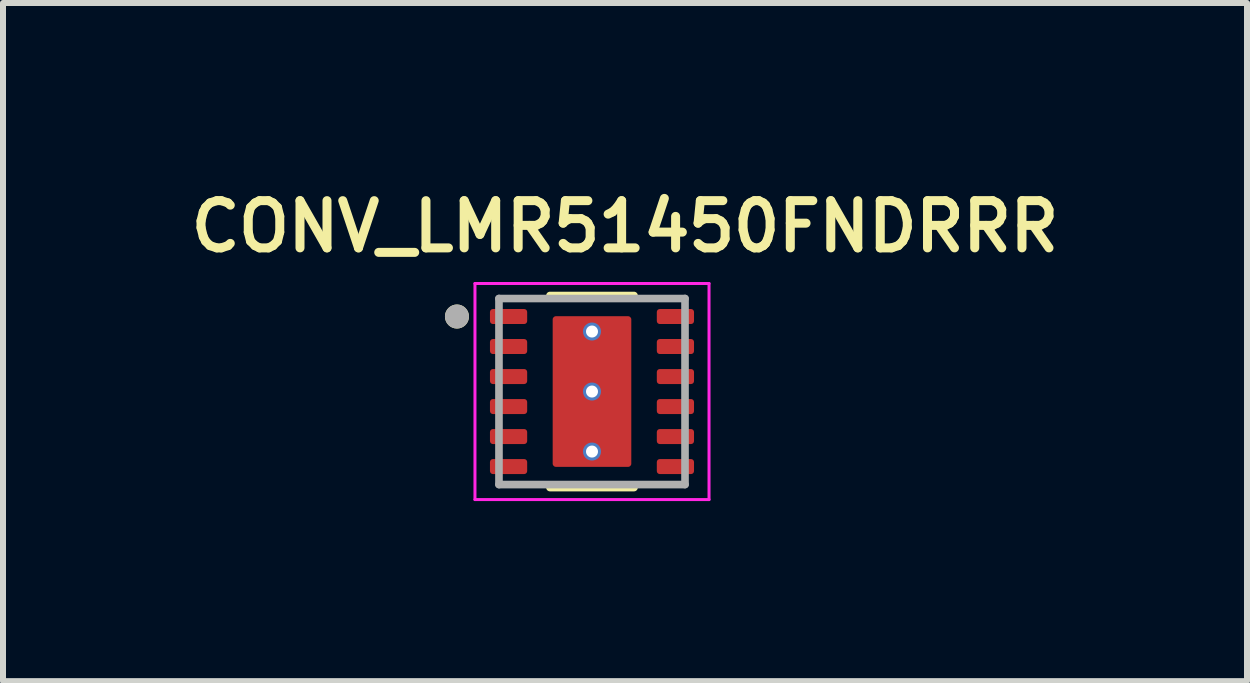
<source format=kicad_pcb>
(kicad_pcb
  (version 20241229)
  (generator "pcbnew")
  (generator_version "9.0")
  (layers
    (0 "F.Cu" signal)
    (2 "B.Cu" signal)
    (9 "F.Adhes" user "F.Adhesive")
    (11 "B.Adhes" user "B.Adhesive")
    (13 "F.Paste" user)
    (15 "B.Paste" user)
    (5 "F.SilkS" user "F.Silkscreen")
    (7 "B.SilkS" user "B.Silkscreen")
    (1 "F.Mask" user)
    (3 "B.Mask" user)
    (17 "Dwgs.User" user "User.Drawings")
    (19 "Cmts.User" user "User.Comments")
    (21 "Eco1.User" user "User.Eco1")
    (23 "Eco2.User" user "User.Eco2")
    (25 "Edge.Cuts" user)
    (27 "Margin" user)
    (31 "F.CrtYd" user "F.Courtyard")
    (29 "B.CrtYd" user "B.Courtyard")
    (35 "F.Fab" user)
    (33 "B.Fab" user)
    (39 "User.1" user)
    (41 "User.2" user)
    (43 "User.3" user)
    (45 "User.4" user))
  (footprint "CONV_LMR51450FNDRRR"
    (layer "F.Cu")
    (at 6.814 3.474)
    (property "Reference" "CONV_LMR51450FNDRRR" (at 0.55 -2.75 0) (layer "F.SilkS") (effects (font (size 0.787 0.787) (thickness 0.15))))
    (attr smd)
    (fp_poly (pts (xy -1.645 -0.94) (xy -1.135 -0.94) (xy -1.129 -0.94) (xy -1.122 -0.939) (xy -1.116 -0.939) (xy -1.11 -0.937) (xy -1.104 -0.936) (xy -1.098 -0.934) (xy -1.092 -0.932) (xy -1.086 -0.93) (xy -1.081 -0.927) (xy -1.075 -0.924) (xy -1.07 -0.921) (xy -1.064 -0.917) (xy -1.059 -0.913) (xy -1.055 -0.909) (xy -1.05 -0.905) (xy -1.046 -0.9) (xy -1.042 -0.896) (xy -1.038 -0.891) (xy -1.034 -0.885) (xy -1.031 -0.88) (xy -1.028 -0.874) (xy -1.025 -0.869) (xy -1.023 -0.863) (xy -1.021 -0.857) (xy -1.019 -0.851) (xy -1.018 -0.845) (xy -1.016 -0.839) (xy -1.016 -0.833) (xy -1.015 -0.826) (xy -1.015 -0.82) (xy -1.015 -0.68) (xy -1.015 -0.674) (xy -1.016 -0.667) (xy -1.016 -0.661) (xy -1.018 -0.655) (xy -1.019 -0.649) (xy -1.021 -0.643) (xy -1.023 -0.637) (xy -1.025 -0.631) (xy -1.028 -0.626) (xy -1.031 -0.62) (xy -1.034 -0.615) (xy -1.038 -0.609) (xy -1.042 -0.604) (xy -1.046 -0.6) (xy -1.05 -0.595) (xy -1.055 -0.591) (xy -1.059 -0.587) (xy -1.064 -0.583) (xy -1.07 -0.579) (xy -1.075 -0.576) (xy -1.081 -0.573) (xy -1.086 -0.57) (xy -1.092 -0.568) (xy -1.098 -0.566) (xy -1.104 -0.564) (xy -1.11 -0.563) (xy -1.116 -0.561) (xy -1.122 -0.561) (xy -1.129 -0.56) (xy -1.135 -0.56) (xy -1.645 -0.56) (xy -1.651 -0.56) (xy -1.658 -0.561) (xy -1.664 -0.561) (xy -1.67 -0.563) (xy -1.676 -0.564) (xy -1.682 -0.566) (xy -1.688 -0.568) (xy -1.694 -0.57) (xy -1.699 -0.573) (xy -1.705 -0.576) (xy -1.71 -0.579) (xy -1.716 -0.583) (xy -1.721 -0.587) (xy -1.725 -0.591) (xy -1.73 -0.595) (xy -1.734 -0.6) (xy -1.738 -0.604) (xy -1.742 -0.609) (xy -1.746 -0.615) (xy -1.749 -0.62) (xy -1.752 -0.626) (xy -1.755 -0.631) (xy -1.757 -0.637) (xy -1.759 -0.643) (xy -1.761 -0.649) (xy -1.762 -0.655) (xy -1.764 -0.661) (xy -1.764 -0.667) (xy -1.765 -0.674) (xy -1.765 -0.68) (xy -1.765 -0.82) (xy -1.765 -0.826) (xy -1.764 -0.833) (xy -1.764 -0.839) (xy -1.762 -0.845) (xy -1.761 -0.851) (xy -1.759 -0.857) (xy -1.757 -0.863) (xy -1.755 -0.869) (xy -1.752 -0.874) (xy -1.749 -0.88) (xy -1.746 -0.885) (xy -1.742 -0.891) (xy -1.738 -0.896) (xy -1.734 -0.9) (xy -1.73 -0.905) (xy -1.725 -0.909) (xy -1.721 -0.913) (xy -1.716 -0.917) (xy -1.71 -0.921) (xy -1.705 -0.924) (xy -1.699 -0.927) (xy -1.694 -0.93) (xy -1.688 -0.932) (xy -1.682 -0.934) (xy -1.676 -0.936) (xy -1.67 -0.937) (xy -1.664 -0.939) (xy -1.658 -0.939) (xy -1.651 -0.94) (xy -1.645 -0.94)) (stroke (width 0.01) (type solid)) (fill yes) (layer "F.Mask"))
    (fp_poly (pts (xy -1.645 -0.44) (xy -1.135 -0.44) (xy -1.129 -0.44) (xy -1.122 -0.439) (xy -1.116 -0.439) (xy -1.11 -0.437) (xy -1.104 -0.436) (xy -1.098 -0.434) (xy -1.092 -0.432) (xy -1.086 -0.43) (xy -1.081 -0.427) (xy -1.075 -0.424) (xy -1.07 -0.421) (xy -1.064 -0.417) (xy -1.059 -0.413) (xy -1.055 -0.409) (xy -1.05 -0.405) (xy -1.046 -0.4) (xy -1.042 -0.396) (xy -1.038 -0.391) (xy -1.034 -0.385) (xy -1.031 -0.38) (xy -1.028 -0.374) (xy -1.025 -0.369) (xy -1.023 -0.363) (xy -1.021 -0.357) (xy -1.019 -0.351) (xy -1.018 -0.345) (xy -1.016 -0.339) (xy -1.016 -0.333) (xy -1.015 -0.326) (xy -1.015 -0.32) (xy -1.015 -0.18) (xy -1.015 -0.174) (xy -1.016 -0.167) (xy -1.016 -0.161) (xy -1.018 -0.155) (xy -1.019 -0.149) (xy -1.021 -0.143) (xy -1.023 -0.137) (xy -1.025 -0.131) (xy -1.028 -0.126) (xy -1.031 -0.12) (xy -1.034 -0.115) (xy -1.038 -0.109) (xy -1.042 -0.104) (xy -1.046 -0.1) (xy -1.05 -0.095) (xy -1.055 -0.091) (xy -1.059 -0.087) (xy -1.064 -0.083) (xy -1.07 -0.079) (xy -1.075 -0.076) (xy -1.081 -0.073) (xy -1.086 -0.07) (xy -1.092 -0.068) (xy -1.098 -0.066) (xy -1.104 -0.064) (xy -1.11 -0.063) (xy -1.116 -0.061) (xy -1.122 -0.061) (xy -1.129 -0.06) (xy -1.135 -0.06) (xy -1.645 -0.06) (xy -1.651 -0.06) (xy -1.658 -0.061) (xy -1.664 -0.061) (xy -1.67 -0.063) (xy -1.676 -0.064) (xy -1.682 -0.066) (xy -1.688 -0.068) (xy -1.694 -0.07) (xy -1.699 -0.073) (xy -1.705 -0.076) (xy -1.71 -0.079) (xy -1.716 -0.083) (xy -1.721 -0.087) (xy -1.725 -0.091) (xy -1.73 -0.095) (xy -1.734 -0.1) (xy -1.738 -0.104) (xy -1.742 -0.109) (xy -1.746 -0.115) (xy -1.749 -0.12) (xy -1.752 -0.126) (xy -1.755 -0.131) (xy -1.757 -0.137) (xy -1.759 -0.143) (xy -1.761 -0.149) (xy -1.762 -0.155) (xy -1.764 -0.161) (xy -1.764 -0.167) (xy -1.765 -0.174) (xy -1.765 -0.18) (xy -1.765 -0.32) (xy -1.765 -0.326) (xy -1.764 -0.333) (xy -1.764 -0.339) (xy -1.762 -0.345) (xy -1.761 -0.351) (xy -1.759 -0.357) (xy -1.757 -0.363) (xy -1.755 -0.369) (xy -1.752 -0.374) (xy -1.749 -0.38) (xy -1.746 -0.385) (xy -1.742 -0.391) (xy -1.738 -0.396) (xy -1.734 -0.4) (xy -1.73 -0.405) (xy -1.725 -0.409) (xy -1.721 -0.413) (xy -1.716 -0.417) (xy -1.71 -0.421) (xy -1.705 -0.424) (xy -1.699 -0.427) (xy -1.694 -0.43) (xy -1.688 -0.432) (xy -1.682 -0.434) (xy -1.676 -0.436) (xy -1.67 -0.437) (xy -1.664 -0.439) (xy -1.658 -0.439) (xy -1.651 -0.44) (xy -1.645 -0.44)) (stroke (width 0.01) (type solid)) (fill yes) (layer "F.Mask"))
    (fp_poly (pts (xy -1.645 0.56) (xy -1.135 0.56) (xy -1.129 0.56) (xy -1.122 0.561) (xy -1.116 0.561) (xy -1.11 0.563) (xy -1.104 0.564) (xy -1.098 0.566) (xy -1.092 0.568) (xy -1.086 0.57) (xy -1.081 0.573) (xy -1.075 0.576) (xy -1.07 0.579) (xy -1.064 0.583) (xy -1.059 0.587) (xy -1.055 0.591) (xy -1.05 0.595) (xy -1.046 0.6) (xy -1.042 0.604) (xy -1.038 0.609) (xy -1.034 0.615) (xy -1.031 0.62) (xy -1.028 0.626) (xy -1.025 0.631) (xy -1.023 0.637) (xy -1.021 0.643) (xy -1.019 0.649) (xy -1.018 0.655) (xy -1.016 0.661) (xy -1.016 0.667) (xy -1.015 0.674) (xy -1.015 0.68) (xy -1.015 0.82) (xy -1.015 0.826) (xy -1.016 0.833) (xy -1.016 0.839) (xy -1.018 0.845) (xy -1.019 0.851) (xy -1.021 0.857) (xy -1.023 0.863) (xy -1.025 0.869) (xy -1.028 0.874) (xy -1.031 0.88) (xy -1.034 0.885) (xy -1.038 0.891) (xy -1.042 0.896) (xy -1.046 0.9) (xy -1.05 0.905) (xy -1.055 0.909) (xy -1.059 0.913) (xy -1.064 0.917) (xy -1.07 0.921) (xy -1.075 0.924) (xy -1.081 0.927) (xy -1.086 0.93) (xy -1.092 0.932) (xy -1.098 0.934) (xy -1.104 0.936) (xy -1.11 0.937) (xy -1.116 0.939) (xy -1.122 0.939) (xy -1.129 0.94) (xy -1.135 0.94) (xy -1.645 0.94) (xy -1.651 0.94) (xy -1.658 0.939) (xy -1.664 0.939) (xy -1.67 0.937) (xy -1.676 0.936) (xy -1.682 0.934) (xy -1.688 0.932) (xy -1.694 0.93) (xy -1.699 0.927) (xy -1.705 0.924) (xy -1.71 0.921) (xy -1.716 0.917) (xy -1.721 0.913) (xy -1.725 0.909) (xy -1.73 0.905) (xy -1.734 0.9) (xy -1.738 0.896) (xy -1.742 0.891) (xy -1.746 0.885) (xy -1.749 0.88) (xy -1.752 0.874) (xy -1.755 0.869) (xy -1.757 0.863) (xy -1.759 0.857) (xy -1.761 0.851) (xy -1.762 0.845) (xy -1.764 0.839) (xy -1.764 0.833) (xy -1.765 0.826) (xy -1.765 0.82) (xy -1.765 0.68) (xy -1.765 0.674) (xy -1.764 0.667) (xy -1.764 0.661) (xy -1.762 0.655) (xy -1.761 0.649) (xy -1.759 0.643) (xy -1.757 0.637) (xy -1.755 0.631) (xy -1.752 0.626) (xy -1.749 0.62) (xy -1.746 0.615) (xy -1.742 0.609) (xy -1.738 0.604) (xy -1.734 0.6) (xy -1.73 0.595) (xy -1.725 0.591) (xy -1.721 0.587) (xy -1.716 0.583) (xy -1.71 0.579) (xy -1.705 0.576) (xy -1.699 0.573) (xy -1.694 0.57) (xy -1.688 0.568) (xy -1.682 0.566) (xy -1.676 0.564) (xy -1.67 0.563) (xy -1.664 0.561) (xy -1.658 0.561) (xy -1.651 0.56) (xy -1.645 0.56)) (stroke (width 0.01) (type solid)) (fill yes) (layer "F.Mask"))
    (fp_poly (pts (xy -1.645 1.06) (xy -1.135 1.06) (xy -1.129 1.06) (xy -1.122 1.061) (xy -1.116 1.061) (xy -1.11 1.063) (xy -1.104 1.064) (xy -1.098 1.066) (xy -1.092 1.068) (xy -1.086 1.07) (xy -1.081 1.073) (xy -1.075 1.076) (xy -1.07 1.079) (xy -1.064 1.083) (xy -1.059 1.087) (xy -1.055 1.091) (xy -1.05 1.095) (xy -1.046 1.1) (xy -1.042 1.104) (xy -1.038 1.109) (xy -1.034 1.115) (xy -1.031 1.12) (xy -1.028 1.126) (xy -1.025 1.131) (xy -1.023 1.137) (xy -1.021 1.143) (xy -1.019 1.149) (xy -1.018 1.155) (xy -1.016 1.161) (xy -1.016 1.167) (xy -1.015 1.174) (xy -1.015 1.18) (xy -1.015 1.32) (xy -1.015 1.326) (xy -1.016 1.333) (xy -1.016 1.339) (xy -1.018 1.345) (xy -1.019 1.351) (xy -1.021 1.357) (xy -1.023 1.363) (xy -1.025 1.369) (xy -1.028 1.374) (xy -1.031 1.38) (xy -1.034 1.385) (xy -1.038 1.391) (xy -1.042 1.396) (xy -1.046 1.4) (xy -1.05 1.405) (xy -1.055 1.409) (xy -1.059 1.413) (xy -1.064 1.417) (xy -1.07 1.421) (xy -1.075 1.424) (xy -1.081 1.427) (xy -1.086 1.43) (xy -1.092 1.432) (xy -1.098 1.434) (xy -1.104 1.436) (xy -1.11 1.437) (xy -1.116 1.439) (xy -1.122 1.439) (xy -1.129 1.44) (xy -1.135 1.44) (xy -1.645 1.44) (xy -1.651 1.44) (xy -1.658 1.439) (xy -1.664 1.439) (xy -1.67 1.437) (xy -1.676 1.436) (xy -1.682 1.434) (xy -1.688 1.432) (xy -1.694 1.43) (xy -1.699 1.427) (xy -1.705 1.424) (xy -1.71 1.421) (xy -1.716 1.417) (xy -1.721 1.413) (xy -1.725 1.409) (xy -1.73 1.405) (xy -1.734 1.4) (xy -1.738 1.396) (xy -1.742 1.391) (xy -1.746 1.385) (xy -1.749 1.38) (xy -1.752 1.374) (xy -1.755 1.369) (xy -1.757 1.363) (xy -1.759 1.357) (xy -1.761 1.351) (xy -1.762 1.345) (xy -1.764 1.339) (xy -1.764 1.333) (xy -1.765 1.326) (xy -1.765 1.32) (xy -1.765 1.18) (xy -1.765 1.174) (xy -1.764 1.167) (xy -1.764 1.161) (xy -1.762 1.155) (xy -1.761 1.149) (xy -1.759 1.143) (xy -1.757 1.137) (xy -1.755 1.131) (xy -1.752 1.126) (xy -1.749 1.12) (xy -1.746 1.115) (xy -1.742 1.109) (xy -1.738 1.104) (xy -1.734 1.1) (xy -1.73 1.095) (xy -1.725 1.091) (xy -1.721 1.087) (xy -1.716 1.083) (xy -1.71 1.079) (xy -1.705 1.076) (xy -1.699 1.073) (xy -1.694 1.07) (xy -1.688 1.068) (xy -1.682 1.066) (xy -1.676 1.064) (xy -1.67 1.063) (xy -1.664 1.061) (xy -1.658 1.061) (xy -1.651 1.06) (xy -1.645 1.06)) (stroke (width 0.01) (type solid)) (fill yes) (layer "F.Mask"))
    (fp_poly (pts (xy -1.015 -1.32) (xy -1.015 -1.18) (xy -1.015 -1.174) (xy -1.016 -1.167) (xy -1.016 -1.161) (xy -1.018 -1.155) (xy -1.019 -1.149) (xy -1.021 -1.143) (xy -1.023 -1.137) (xy -1.025 -1.131) (xy -1.028 -1.126) (xy -1.031 -1.12) (xy -1.034 -1.115) (xy -1.038 -1.109) (xy -1.042 -1.104) (xy -1.046 -1.1) (xy -1.05 -1.095) (xy -1.055 -1.091) (xy -1.059 -1.087) (xy -1.064 -1.083) (xy -1.07 -1.079) (xy -1.075 -1.076) (xy -1.081 -1.073) (xy -1.086 -1.07) (xy -1.092 -1.068) (xy -1.098 -1.066) (xy -1.104 -1.064) (xy -1.11 -1.063) (xy -1.116 -1.061) (xy -1.122 -1.061) (xy -1.129 -1.06) (xy -1.135 -1.06) (xy -1.645 -1.06) (xy -1.651 -1.06) (xy -1.658 -1.061) (xy -1.664 -1.061) (xy -1.67 -1.063) (xy -1.676 -1.064) (xy -1.682 -1.066) (xy -1.688 -1.068) (xy -1.694 -1.07) (xy -1.699 -1.073) (xy -1.705 -1.076) (xy -1.71 -1.079) (xy -1.716 -1.083) (xy -1.721 -1.087) (xy -1.725 -1.091) (xy -1.73 -1.095) (xy -1.734 -1.1) (xy -1.738 -1.104) (xy -1.742 -1.109) (xy -1.746 -1.115) (xy -1.749 -1.12) (xy -1.752 -1.126) (xy -1.755 -1.131) (xy -1.757 -1.137) (xy -1.759 -1.143) (xy -1.761 -1.149) (xy -1.762 -1.155) (xy -1.764 -1.161) (xy -1.764 -1.167) (xy -1.765 -1.174) (xy -1.765 -1.18) (xy -1.765 -1.32) (xy -1.765 -1.326) (xy -1.764 -1.333) (xy -1.764 -1.339) (xy -1.762 -1.345) (xy -1.761 -1.351) (xy -1.759 -1.357) (xy -1.757 -1.363) (xy -1.755 -1.369) (xy -1.752 -1.374) (xy -1.749 -1.38) (xy -1.746 -1.385) (xy -1.742 -1.391) (xy -1.738 -1.396) (xy -1.734 -1.4) (xy -1.73 -1.405) (xy -1.725 -1.409) (xy -1.721 -1.413) (xy -1.716 -1.417) (xy -1.71 -1.421) (xy -1.705 -1.424) (xy -1.699 -1.427) (xy -1.694 -1.43) (xy -1.688 -1.432) (xy -1.682 -1.434) (xy -1.676 -1.436) (xy -1.67 -1.437) (xy -1.664 -1.439) (xy -1.658 -1.439) (xy -1.651 -1.44) (xy -1.645 -1.44) (xy -1.135 -1.44) (xy -1.129 -1.44) (xy -1.122 -1.439) (xy -1.116 -1.439) (xy -1.11 -1.437) (xy -1.104 -1.436) (xy -1.098 -1.434) (xy -1.092 -1.432) (xy -1.086 -1.43) (xy -1.081 -1.427) (xy -1.075 -1.424) (xy -1.07 -1.421) (xy -1.064 -1.417) (xy -1.059 -1.413) (xy -1.055 -1.409) (xy -1.05 -1.405) (xy -1.046 -1.4) (xy -1.042 -1.396) (xy -1.038 -1.391) (xy -1.034 -1.385) (xy -1.031 -1.38) (xy -1.028 -1.374) (xy -1.025 -1.369) (xy -1.023 -1.363) (xy -1.021 -1.357) (xy -1.019 -1.351) (xy -1.018 -1.345) (xy -1.016 -1.339) (xy -1.016 -1.333) (xy -1.015 -1.326) (xy -1.015 -1.32)) (stroke (width 0.01) (type solid)) (fill yes) (layer "F.Mask"))
    (fp_poly (pts (xy -1.015 0.18) (xy -1.015 0.32) (xy -1.015 0.326) (xy -1.016 0.333) (xy -1.016 0.339) (xy -1.018 0.345) (xy -1.019 0.351) (xy -1.021 0.357) (xy -1.023 0.363) (xy -1.025 0.369) (xy -1.028 0.374) (xy -1.031 0.38) (xy -1.034 0.385) (xy -1.038 0.391) (xy -1.042 0.396) (xy -1.046 0.4) (xy -1.05 0.405) (xy -1.055 0.409) (xy -1.059 0.413) (xy -1.064 0.417) (xy -1.07 0.421) (xy -1.075 0.424) (xy -1.081 0.427) (xy -1.086 0.43) (xy -1.092 0.432) (xy -1.098 0.434) (xy -1.104 0.436) (xy -1.11 0.437) (xy -1.116 0.439) (xy -1.122 0.439) (xy -1.129 0.44) (xy -1.135 0.44) (xy -1.645 0.44) (xy -1.651 0.44) (xy -1.658 0.439) (xy -1.664 0.439) (xy -1.67 0.437) (xy -1.676 0.436) (xy -1.682 0.434) (xy -1.688 0.432) (xy -1.694 0.43) (xy -1.699 0.427) (xy -1.705 0.424) (xy -1.71 0.421) (xy -1.716 0.417) (xy -1.721 0.413) (xy -1.725 0.409) (xy -1.73 0.405) (xy -1.734 0.4) (xy -1.738 0.396) (xy -1.742 0.391) (xy -1.746 0.385) (xy -1.749 0.38) (xy -1.752 0.374) (xy -1.755 0.369) (xy -1.757 0.363) (xy -1.759 0.357) (xy -1.761 0.351) (xy -1.762 0.345) (xy -1.764 0.339) (xy -1.764 0.333) (xy -1.765 0.326) (xy -1.765 0.32) (xy -1.765 0.18) (xy -1.765 0.174) (xy -1.764 0.167) (xy -1.764 0.161) (xy -1.762 0.155) (xy -1.761 0.149) (xy -1.759 0.143) (xy -1.757 0.137) (xy -1.755 0.131) (xy -1.752 0.126) (xy -1.749 0.12) (xy -1.746 0.115) (xy -1.742 0.109) (xy -1.738 0.104) (xy -1.734 0.1) (xy -1.73 0.095) (xy -1.725 0.091) (xy -1.721 0.087) (xy -1.716 0.083) (xy -1.71 0.079) (xy -1.705 0.076) (xy -1.699 0.073) (xy -1.694 0.07) (xy -1.688 0.068) (xy -1.682 0.066) (xy -1.676 0.064) (xy -1.67 0.063) (xy -1.664 0.061) (xy -1.658 0.061) (xy -1.651 0.06) (xy -1.645 0.06) (xy -1.135 0.06) (xy -1.129 0.06) (xy -1.122 0.061) (xy -1.116 0.061) (xy -1.11 0.063) (xy -1.104 0.064) (xy -1.098 0.066) (xy -1.092 0.068) (xy -1.086 0.07) (xy -1.081 0.073) (xy -1.075 0.076) (xy -1.07 0.079) (xy -1.064 0.083) (xy -1.059 0.087) (xy -1.055 0.091) (xy -1.05 0.095) (xy -1.046 0.1) (xy -1.042 0.104) (xy -1.038 0.109) (xy -1.034 0.115) (xy -1.031 0.12) (xy -1.028 0.126) (xy -1.025 0.131) (xy -1.023 0.137) (xy -1.021 0.143) (xy -1.019 0.149) (xy -1.018 0.155) (xy -1.016 0.161) (xy -1.016 0.167) (xy -1.015 0.174) (xy -1.015 0.18)) (stroke (width 0.01) (type solid)) (fill yes) (layer "F.Mask"))
    (fp_poly (pts (xy -0.72 -1.2) (xy -0.72 1.2) (xy -0.72 1.206) (xy -0.719 1.213) (xy -0.719 1.219) (xy -0.717 1.225) (xy -0.716 1.231) (xy -0.714 1.237) (xy -0.712 1.243) (xy -0.71 1.249) (xy -0.707 1.254) (xy -0.704 1.26) (xy -0.701 1.265) (xy -0.697 1.271) (xy -0.693 1.276) (xy -0.689 1.28) (xy -0.685 1.285) (xy -0.68 1.289) (xy -0.676 1.293) (xy -0.671 1.297) (xy -0.665 1.301) (xy -0.66 1.304) (xy -0.654 1.307) (xy -0.649 1.31) (xy -0.643 1.312) (xy -0.637 1.314) (xy -0.631 1.316) (xy -0.625 1.317) (xy -0.619 1.319) (xy -0.613 1.319) (xy -0.606 1.32) (xy -0.6 1.32) (xy 0.6 1.32) (xy 0.606 1.32) (xy 0.613 1.319) (xy 0.619 1.319) (xy 0.625 1.317) (xy 0.631 1.316) (xy 0.637 1.314) (xy 0.643 1.312) (xy 0.649 1.31) (xy 0.654 1.307) (xy 0.66 1.304) (xy 0.665 1.301) (xy 0.671 1.297) (xy 0.676 1.293) (xy 0.68 1.289) (xy 0.685 1.285) (xy 0.689 1.28) (xy 0.693 1.276) (xy 0.697 1.271) (xy 0.701 1.265) (xy 0.704 1.26) (xy 0.707 1.254) (xy 0.71 1.249) (xy 0.712 1.243) (xy 0.714 1.237) (xy 0.716 1.231) (xy 0.717 1.225) (xy 0.719 1.219) (xy 0.719 1.213) (xy 0.72 1.206) (xy 0.72 1.2) (xy 0.72 -1.2) (xy 0.72 -1.206) (xy 0.719 -1.213) (xy 0.719 -1.219) (xy 0.717 -1.225) (xy 0.716 -1.231) (xy 0.714 -1.237) (xy 0.712 -1.243) (xy 0.71 -1.249) (xy 0.707 -1.254) (xy 0.704 -1.26) (xy 0.701 -1.265) (xy 0.697 -1.271) (xy 0.693 -1.276) (xy 0.689 -1.28) (xy 0.685 -1.285) (xy 0.68 -1.289) (xy 0.676 -1.293) (xy 0.671 -1.297) (xy 0.665 -1.301) (xy 0.66 -1.304) (xy 0.654 -1.307) (xy 0.649 -1.31) (xy 0.643 -1.312) (xy 0.637 -1.314) (xy 0.631 -1.316) (xy 0.625 -1.317) (xy 0.619 -1.319) (xy 0.613 -1.319) (xy 0.606 -1.32) (xy 0.6 -1.32) (xy -0.6 -1.32) (xy -0.606 -1.32) (xy -0.613 -1.319) (xy -0.619 -1.319) (xy -0.625 -1.317) (xy -0.631 -1.316) (xy -0.637 -1.314) (xy -0.643 -1.312) (xy -0.649 -1.31) (xy -0.654 -1.307) (xy -0.66 -1.304) (xy -0.665 -1.301) (xy -0.671 -1.297) (xy -0.676 -1.293) (xy -0.68 -1.289) (xy -0.685 -1.285) (xy -0.689 -1.28) (xy -0.693 -1.276) (xy -0.697 -1.271) (xy -0.701 -1.265) (xy -0.704 -1.26) (xy -0.707 -1.254) (xy -0.71 -1.249) (xy -0.712 -1.243) (xy -0.714 -1.237) (xy -0.716 -1.231) (xy -0.717 -1.225) (xy -0.719 -1.219) (xy -0.719 -1.213) (xy -0.72 -1.206) (xy -0.72 -1.2)) (stroke (width 0.01) (type solid)) (fill yes) (layer "F.Mask"))
    (fp_poly (pts (xy 1.015 -1.32) (xy 1.015 -1.18) (xy 1.015 -1.174) (xy 1.016 -1.167) (xy 1.016 -1.161) (xy 1.018 -1.155) (xy 1.019 -1.149) (xy 1.021 -1.143) (xy 1.023 -1.137) (xy 1.025 -1.131) (xy 1.028 -1.126) (xy 1.031 -1.12) (xy 1.034 -1.115) (xy 1.038 -1.109) (xy 1.042 -1.104) (xy 1.046 -1.1) (xy 1.05 -1.095) (xy 1.055 -1.091) (xy 1.059 -1.087) (xy 1.064 -1.083) (xy 1.07 -1.079) (xy 1.075 -1.076) (xy 1.081 -1.073) (xy 1.086 -1.07) (xy 1.092 -1.068) (xy 1.098 -1.066) (xy 1.104 -1.064) (xy 1.11 -1.063) (xy 1.116 -1.061) (xy 1.122 -1.061) (xy 1.129 -1.06) (xy 1.135 -1.06) (xy 1.645 -1.06) (xy 1.651 -1.06) (xy 1.658 -1.061) (xy 1.664 -1.061) (xy 1.67 -1.063) (xy 1.676 -1.064) (xy 1.682 -1.066) (xy 1.688 -1.068) (xy 1.694 -1.07) (xy 1.699 -1.073) (xy 1.705 -1.076) (xy 1.71 -1.079) (xy 1.716 -1.083) (xy 1.721 -1.087) (xy 1.725 -1.091) (xy 1.73 -1.095) (xy 1.734 -1.1) (xy 1.738 -1.104) (xy 1.742 -1.109) (xy 1.746 -1.115) (xy 1.749 -1.12) (xy 1.752 -1.126) (xy 1.755 -1.131) (xy 1.757 -1.137) (xy 1.759 -1.143) (xy 1.761 -1.149) (xy 1.762 -1.155) (xy 1.764 -1.161) (xy 1.764 -1.167) (xy 1.765 -1.174) (xy 1.765 -1.18) (xy 1.765 -1.32) (xy 1.765 -1.326) (xy 1.764 -1.333) (xy 1.764 -1.339) (xy 1.762 -1.345) (xy 1.761 -1.351) (xy 1.759 -1.357) (xy 1.757 -1.363) (xy 1.755 -1.369) (xy 1.752 -1.374) (xy 1.749 -1.38) (xy 1.746 -1.385) (xy 1.742 -1.391) (xy 1.738 -1.396) (xy 1.734 -1.4) (xy 1.73 -1.405) (xy 1.725 -1.409) (xy 1.721 -1.413) (xy 1.716 -1.417) (xy 1.71 -1.421) (xy 1.705 -1.424) (xy 1.699 -1.427) (xy 1.694 -1.43) (xy 1.688 -1.432) (xy 1.682 -1.434) (xy 1.676 -1.436) (xy 1.67 -1.437) (xy 1.664 -1.439) (xy 1.658 -1.439) (xy 1.651 -1.44) (xy 1.645 -1.44) (xy 1.135 -1.44) (xy 1.129 -1.44) (xy 1.122 -1.439) (xy 1.116 -1.439) (xy 1.11 -1.437) (xy 1.104 -1.436) (xy 1.098 -1.434) (xy 1.092 -1.432) (xy 1.086 -1.43) (xy 1.081 -1.427) (xy 1.075 -1.424) (xy 1.07 -1.421) (xy 1.064 -1.417) (xy 1.059 -1.413) (xy 1.055 -1.409) (xy 1.05 -1.405) (xy 1.046 -1.4) (xy 1.042 -1.396) (xy 1.038 -1.391) (xy 1.034 -1.385) (xy 1.031 -1.38) (xy 1.028 -1.374) (xy 1.025 -1.369) (xy 1.023 -1.363) (xy 1.021 -1.357) (xy 1.019 -1.351) (xy 1.018 -1.345) (xy 1.016 -1.339) (xy 1.016 -1.333) (xy 1.015 -1.326) (xy 1.015 -1.32)) (stroke (width 0.01) (type solid)) (fill yes) (layer "F.Mask"))
    (fp_poly (pts (xy 1.015 0.18) (xy 1.015 0.32) (xy 1.015 0.326) (xy 1.016 0.333) (xy 1.016 0.339) (xy 1.018 0.345) (xy 1.019 0.351) (xy 1.021 0.357) (xy 1.023 0.363) (xy 1.025 0.369) (xy 1.028 0.374) (xy 1.031 0.38) (xy 1.034 0.385) (xy 1.038 0.391) (xy 1.042 0.396) (xy 1.046 0.4) (xy 1.05 0.405) (xy 1.055 0.409) (xy 1.059 0.413) (xy 1.064 0.417) (xy 1.07 0.421) (xy 1.075 0.424) (xy 1.081 0.427) (xy 1.086 0.43) (xy 1.092 0.432) (xy 1.098 0.434) (xy 1.104 0.436) (xy 1.11 0.437) (xy 1.116 0.439) (xy 1.122 0.439) (xy 1.129 0.44) (xy 1.135 0.44) (xy 1.645 0.44) (xy 1.651 0.44) (xy 1.658 0.439) (xy 1.664 0.439) (xy 1.67 0.437) (xy 1.676 0.436) (xy 1.682 0.434) (xy 1.688 0.432) (xy 1.694 0.43) (xy 1.699 0.427) (xy 1.705 0.424) (xy 1.71 0.421) (xy 1.716 0.417) (xy 1.721 0.413) (xy 1.725 0.409) (xy 1.73 0.405) (xy 1.734 0.4) (xy 1.738 0.396) (xy 1.742 0.391) (xy 1.746 0.385) (xy 1.749 0.38) (xy 1.752 0.374) (xy 1.755 0.369) (xy 1.757 0.363) (xy 1.759 0.357) (xy 1.761 0.351) (xy 1.762 0.345) (xy 1.764 0.339) (xy 1.764 0.333) (xy 1.765 0.326) (xy 1.765 0.32) (xy 1.765 0.18) (xy 1.765 0.174) (xy 1.764 0.167) (xy 1.764 0.161) (xy 1.762 0.155) (xy 1.761 0.149) (xy 1.759 0.143) (xy 1.757 0.137) (xy 1.755 0.131) (xy 1.752 0.126) (xy 1.749 0.12) (xy 1.746 0.115) (xy 1.742 0.109) (xy 1.738 0.104) (xy 1.734 0.1) (xy 1.73 0.095) (xy 1.725 0.091) (xy 1.721 0.087) (xy 1.716 0.083) (xy 1.71 0.079) (xy 1.705 0.076) (xy 1.699 0.073) (xy 1.694 0.07) (xy 1.688 0.068) (xy 1.682 0.066) (xy 1.676 0.064) (xy 1.67 0.063) (xy 1.664 0.061) (xy 1.658 0.061) (xy 1.651 0.06) (xy 1.645 0.06) (xy 1.135 0.06) (xy 1.129 0.06) (xy 1.122 0.061) (xy 1.116 0.061) (xy 1.11 0.063) (xy 1.104 0.064) (xy 1.098 0.066) (xy 1.092 0.068) (xy 1.086 0.07) (xy 1.081 0.073) (xy 1.075 0.076) (xy 1.07 0.079) (xy 1.064 0.083) (xy 1.059 0.087) (xy 1.055 0.091) (xy 1.05 0.095) (xy 1.046 0.1) (xy 1.042 0.104) (xy 1.038 0.109) (xy 1.034 0.115) (xy 1.031 0.12) (xy 1.028 0.126) (xy 1.025 0.131) (xy 1.023 0.137) (xy 1.021 0.143) (xy 1.019 0.149) (xy 1.018 0.155) (xy 1.016 0.161) (xy 1.016 0.167) (xy 1.015 0.174) (xy 1.015 0.18)) (stroke (width 0.01) (type solid)) (fill yes) (layer "F.Mask"))
    (fp_poly (pts (xy 1.645 -0.94) (xy 1.135 -0.94) (xy 1.129 -0.94) (xy 1.122 -0.939) (xy 1.116 -0.939) (xy 1.11 -0.937) (xy 1.104 -0.936) (xy 1.098 -0.934) (xy 1.092 -0.932) (xy 1.086 -0.93) (xy 1.081 -0.927) (xy 1.075 -0.924) (xy 1.07 -0.921) (xy 1.064 -0.917) (xy 1.059 -0.913) (xy 1.055 -0.909) (xy 1.05 -0.905) (xy 1.046 -0.9) (xy 1.042 -0.896) (xy 1.038 -0.891) (xy 1.034 -0.885) (xy 1.031 -0.88) (xy 1.028 -0.874) (xy 1.025 -0.869) (xy 1.023 -0.863) (xy 1.021 -0.857) (xy 1.019 -0.851) (xy 1.018 -0.845) (xy 1.016 -0.839) (xy 1.016 -0.833) (xy 1.015 -0.826) (xy 1.015 -0.82) (xy 1.015 -0.68) (xy 1.015 -0.674) (xy 1.016 -0.667) (xy 1.016 -0.661) (xy 1.018 -0.655) (xy 1.019 -0.649) (xy 1.021 -0.643) (xy 1.023 -0.637) (xy 1.025 -0.631) (xy 1.028 -0.626) (xy 1.031 -0.62) (xy 1.034 -0.615) (xy 1.038 -0.609) (xy 1.042 -0.604) (xy 1.046 -0.6) (xy 1.05 -0.595) (xy 1.055 -0.591) (xy 1.059 -0.587) (xy 1.064 -0.583) (xy 1.07 -0.579) (xy 1.075 -0.576) (xy 1.081 -0.573) (xy 1.086 -0.57) (xy 1.092 -0.568) (xy 1.098 -0.566) (xy 1.104 -0.564) (xy 1.11 -0.563) (xy 1.116 -0.561) (xy 1.122 -0.561) (xy 1.129 -0.56) (xy 1.135 -0.56) (xy 1.645 -0.56) (xy 1.651 -0.56) (xy 1.658 -0.561) (xy 1.664 -0.561) (xy 1.67 -0.563) (xy 1.676 -0.564) (xy 1.682 -0.566) (xy 1.688 -0.568) (xy 1.694 -0.57) (xy 1.699 -0.573) (xy 1.705 -0.576) (xy 1.71 -0.579) (xy 1.716 -0.583) (xy 1.721 -0.587) (xy 1.725 -0.591) (xy 1.73 -0.595) (xy 1.734 -0.6) (xy 1.738 -0.604) (xy 1.742 -0.609) (xy 1.746 -0.615) (xy 1.749 -0.62) (xy 1.752 -0.626) (xy 1.755 -0.631) (xy 1.757 -0.637) (xy 1.759 -0.643) (xy 1.761 -0.649) (xy 1.762 -0.655) (xy 1.764 -0.661) (xy 1.764 -0.667) (xy 1.765 -0.674) (xy 1.765 -0.68) (xy 1.765 -0.82) (xy 1.765 -0.826) (xy 1.764 -0.833) (xy 1.764 -0.839) (xy 1.762 -0.845) (xy 1.761 -0.851) (xy 1.759 -0.857) (xy 1.757 -0.863) (xy 1.755 -0.869) (xy 1.752 -0.874) (xy 1.749 -0.88) (xy 1.746 -0.885) (xy 1.742 -0.891) (xy 1.738 -0.896) (xy 1.734 -0.9) (xy 1.73 -0.905) (xy 1.725 -0.909) (xy 1.721 -0.913) (xy 1.716 -0.917) (xy 1.71 -0.921) (xy 1.705 -0.924) (xy 1.699 -0.927) (xy 1.694 -0.93) (xy 1.688 -0.932) (xy 1.682 -0.934) (xy 1.676 -0.936) (xy 1.67 -0.937) (xy 1.664 -0.939) (xy 1.658 -0.939) (xy 1.651 -0.94) (xy 1.645 -0.94)) (stroke (width 0.01) (type solid)) (fill yes) (layer "F.Mask"))
    (fp_poly (pts (xy 1.645 -0.44) (xy 1.135 -0.44) (xy 1.129 -0.44) (xy 1.122 -0.439) (xy 1.116 -0.439) (xy 1.11 -0.437) (xy 1.104 -0.436) (xy 1.098 -0.434) (xy 1.092 -0.432) (xy 1.086 -0.43) (xy 1.081 -0.427) (xy 1.075 -0.424) (xy 1.07 -0.421) (xy 1.064 -0.417) (xy 1.059 -0.413) (xy 1.055 -0.409) (xy 1.05 -0.405) (xy 1.046 -0.4) (xy 1.042 -0.396) (xy 1.038 -0.391) (xy 1.034 -0.385) (xy 1.031 -0.38) (xy 1.028 -0.374) (xy 1.025 -0.369) (xy 1.023 -0.363) (xy 1.021 -0.357) (xy 1.019 -0.351) (xy 1.018 -0.345) (xy 1.016 -0.339) (xy 1.016 -0.333) (xy 1.015 -0.326) (xy 1.015 -0.32) (xy 1.015 -0.18) (xy 1.015 -0.174) (xy 1.016 -0.167) (xy 1.016 -0.161) (xy 1.018 -0.155) (xy 1.019 -0.149) (xy 1.021 -0.143) (xy 1.023 -0.137) (xy 1.025 -0.131) (xy 1.028 -0.126) (xy 1.031 -0.12) (xy 1.034 -0.115) (xy 1.038 -0.109) (xy 1.042 -0.104) (xy 1.046 -0.1) (xy 1.05 -0.095) (xy 1.055 -0.091) (xy 1.059 -0.087) (xy 1.064 -0.083) (xy 1.07 -0.079) (xy 1.075 -0.076) (xy 1.081 -0.073) (xy 1.086 -0.07) (xy 1.092 -0.068) (xy 1.098 -0.066) (xy 1.104 -0.064) (xy 1.11 -0.063) (xy 1.116 -0.061) (xy 1.122 -0.061) (xy 1.129 -0.06) (xy 1.135 -0.06) (xy 1.645 -0.06) (xy 1.651 -0.06) (xy 1.658 -0.061) (xy 1.664 -0.061) (xy 1.67 -0.063) (xy 1.676 -0.064) (xy 1.682 -0.066) (xy 1.688 -0.068) (xy 1.694 -0.07) (xy 1.699 -0.073) (xy 1.705 -0.076) (xy 1.71 -0.079) (xy 1.716 -0.083) (xy 1.721 -0.087) (xy 1.725 -0.091) (xy 1.73 -0.095) (xy 1.734 -0.1) (xy 1.738 -0.104) (xy 1.742 -0.109) (xy 1.746 -0.115) (xy 1.749 -0.12) (xy 1.752 -0.126) (xy 1.755 -0.131) (xy 1.757 -0.137) (xy 1.759 -0.143) (xy 1.761 -0.149) (xy 1.762 -0.155) (xy 1.764 -0.161) (xy 1.764 -0.167) (xy 1.765 -0.174) (xy 1.765 -0.18) (xy 1.765 -0.32) (xy 1.765 -0.326) (xy 1.764 -0.333) (xy 1.764 -0.339) (xy 1.762 -0.345) (xy 1.761 -0.351) (xy 1.759 -0.357) (xy 1.757 -0.363) (xy 1.755 -0.369) (xy 1.752 -0.374) (xy 1.749 -0.38) (xy 1.746 -0.385) (xy 1.742 -0.391) (xy 1.738 -0.396) (xy 1.734 -0.4) (xy 1.73 -0.405) (xy 1.725 -0.409) (xy 1.721 -0.413) (xy 1.716 -0.417) (xy 1.71 -0.421) (xy 1.705 -0.424) (xy 1.699 -0.427) (xy 1.694 -0.43) (xy 1.688 -0.432) (xy 1.682 -0.434) (xy 1.676 -0.436) (xy 1.67 -0.437) (xy 1.664 -0.439) (xy 1.658 -0.439) (xy 1.651 -0.44) (xy 1.645 -0.44)) (stroke (width 0.01) (type solid)) (fill yes) (layer "F.Mask"))
    (fp_poly (pts (xy 1.645 0.56) (xy 1.135 0.56) (xy 1.129 0.56) (xy 1.122 0.561) (xy 1.116 0.561) (xy 1.11 0.563) (xy 1.104 0.564) (xy 1.098 0.566) (xy 1.092 0.568) (xy 1.086 0.57) (xy 1.081 0.573) (xy 1.075 0.576) (xy 1.07 0.579) (xy 1.064 0.583) (xy 1.059 0.587) (xy 1.055 0.591) (xy 1.05 0.595) (xy 1.046 0.6) (xy 1.042 0.604) (xy 1.038 0.609) (xy 1.034 0.615) (xy 1.031 0.62) (xy 1.028 0.626) (xy 1.025 0.631) (xy 1.023 0.637) (xy 1.021 0.643) (xy 1.019 0.649) (xy 1.018 0.655) (xy 1.016 0.661) (xy 1.016 0.667) (xy 1.015 0.674) (xy 1.015 0.68) (xy 1.015 0.82) (xy 1.015 0.826) (xy 1.016 0.833) (xy 1.016 0.839) (xy 1.018 0.845) (xy 1.019 0.851) (xy 1.021 0.857) (xy 1.023 0.863) (xy 1.025 0.869) (xy 1.028 0.874) (xy 1.031 0.88) (xy 1.034 0.885) (xy 1.038 0.891) (xy 1.042 0.896) (xy 1.046 0.9) (xy 1.05 0.905) (xy 1.055 0.909) (xy 1.059 0.913) (xy 1.064 0.917) (xy 1.07 0.921) (xy 1.075 0.924) (xy 1.081 0.927) (xy 1.086 0.93) (xy 1.092 0.932) (xy 1.098 0.934) (xy 1.104 0.936) (xy 1.11 0.937) (xy 1.116 0.939) (xy 1.122 0.939) (xy 1.129 0.94) (xy 1.135 0.94) (xy 1.645 0.94) (xy 1.651 0.94) (xy 1.658 0.939) (xy 1.664 0.939) (xy 1.67 0.937) (xy 1.676 0.936) (xy 1.682 0.934) (xy 1.688 0.932) (xy 1.694 0.93) (xy 1.699 0.927) (xy 1.705 0.924) (xy 1.71 0.921) (xy 1.716 0.917) (xy 1.721 0.913) (xy 1.725 0.909) (xy 1.73 0.905) (xy 1.734 0.9) (xy 1.738 0.896) (xy 1.742 0.891) (xy 1.746 0.885) (xy 1.749 0.88) (xy 1.752 0.874) (xy 1.755 0.869) (xy 1.757 0.863) (xy 1.759 0.857) (xy 1.761 0.851) (xy 1.762 0.845) (xy 1.764 0.839) (xy 1.764 0.833) (xy 1.765 0.826) (xy 1.765 0.82) (xy 1.765 0.68) (xy 1.765 0.674) (xy 1.764 0.667) (xy 1.764 0.661) (xy 1.762 0.655) (xy 1.761 0.649) (xy 1.759 0.643) (xy 1.757 0.637) (xy 1.755 0.631) (xy 1.752 0.626) (xy 1.749 0.62) (xy 1.746 0.615) (xy 1.742 0.609) (xy 1.738 0.604) (xy 1.734 0.6) (xy 1.73 0.595) (xy 1.725 0.591) (xy 1.721 0.587) (xy 1.716 0.583) (xy 1.71 0.579) (xy 1.705 0.576) (xy 1.699 0.573) (xy 1.694 0.57) (xy 1.688 0.568) (xy 1.682 0.566) (xy 1.676 0.564) (xy 1.67 0.563) (xy 1.664 0.561) (xy 1.658 0.561) (xy 1.651 0.56) (xy 1.645 0.56)) (stroke (width 0.01) (type solid)) (fill yes) (layer "F.Mask"))
    (fp_poly (pts (xy 1.645 1.06) (xy 1.135 1.06) (xy 1.129 1.06) (xy 1.122 1.061) (xy 1.116 1.061) (xy 1.11 1.063) (xy 1.104 1.064) (xy 1.098 1.066) (xy 1.092 1.068) (xy 1.086 1.07) (xy 1.081 1.073) (xy 1.075 1.076) (xy 1.07 1.079) (xy 1.064 1.083) (xy 1.059 1.087) (xy 1.055 1.091) (xy 1.05 1.095) (xy 1.046 1.1) (xy 1.042 1.104) (xy 1.038 1.109) (xy 1.034 1.115) (xy 1.031 1.12) (xy 1.028 1.126) (xy 1.025 1.131) (xy 1.023 1.137) (xy 1.021 1.143) (xy 1.019 1.149) (xy 1.018 1.155) (xy 1.016 1.161) (xy 1.016 1.167) (xy 1.015 1.174) (xy 1.015 1.18) (xy 1.015 1.32) (xy 1.015 1.326) (xy 1.016 1.333) (xy 1.016 1.339) (xy 1.018 1.345) (xy 1.019 1.351) (xy 1.021 1.357) (xy 1.023 1.363) (xy 1.025 1.369) (xy 1.028 1.374) (xy 1.031 1.38) (xy 1.034 1.385) (xy 1.038 1.391) (xy 1.042 1.396) (xy 1.046 1.4) (xy 1.05 1.405) (xy 1.055 1.409) (xy 1.059 1.413) (xy 1.064 1.417) (xy 1.07 1.421) (xy 1.075 1.424) (xy 1.081 1.427) (xy 1.086 1.43) (xy 1.092 1.432) (xy 1.098 1.434) (xy 1.104 1.436) (xy 1.11 1.437) (xy 1.116 1.439) (xy 1.122 1.439) (xy 1.129 1.44) (xy 1.135 1.44) (xy 1.645 1.44) (xy 1.651 1.44) (xy 1.658 1.439) (xy 1.664 1.439) (xy 1.67 1.437) (xy 1.676 1.436) (xy 1.682 1.434) (xy 1.688 1.432) (xy 1.694 1.43) (xy 1.699 1.427) (xy 1.705 1.424) (xy 1.71 1.421) (xy 1.716 1.417) (xy 1.721 1.413) (xy 1.725 1.409) (xy 1.73 1.405) (xy 1.734 1.4) (xy 1.738 1.396) (xy 1.742 1.391) (xy 1.746 1.385) (xy 1.749 1.38) (xy 1.752 1.374) (xy 1.755 1.369) (xy 1.757 1.363) (xy 1.759 1.357) (xy 1.761 1.351) (xy 1.762 1.345) (xy 1.764 1.339) (xy 1.764 1.333) (xy 1.765 1.326) (xy 1.765 1.32) (xy 1.765 1.18) (xy 1.765 1.174) (xy 1.764 1.167) (xy 1.764 1.161) (xy 1.762 1.155) (xy 1.761 1.149) (xy 1.759 1.143) (xy 1.757 1.137) (xy 1.755 1.131) (xy 1.752 1.126) (xy 1.749 1.12) (xy 1.746 1.115) (xy 1.742 1.109) (xy 1.738 1.104) (xy 1.734 1.1) (xy 1.73 1.095) (xy 1.725 1.091) (xy 1.721 1.087) (xy 1.716 1.083) (xy 1.71 1.079) (xy 1.705 1.076) (xy 1.699 1.073) (xy 1.694 1.07) (xy 1.688 1.068) (xy 1.682 1.066) (xy 1.676 1.064) (xy 1.67 1.063) (xy 1.664 1.061) (xy 1.658 1.061) (xy 1.651 1.06) (xy 1.645 1.06)) (stroke (width 0.01) (type solid)) (fill yes) (layer "F.Mask"))
    (fp_line (start -0.7 -1.6) (end 0.7 -1.6) (stroke (width 0.127) (type solid)) (layer "F.SilkS"))
    (fp_line (start -0.7 1.6) (end 0.7 1.6) (stroke (width 0.127) (type solid)) (layer "F.SilkS"))
    (fp_circle (center -2.25 -1.25) (end -2.15 -1.25) (stroke (width 0.2) (type solid)) (fill no) (layer "F.SilkS"))
    (fp_poly (pts (xy -0.605 0.15) (xy -0.605 1.15) (xy -0.605 1.153) (xy -0.605 1.155) (xy -0.604 1.158) (xy -0.604 1.16) (xy -0.603 1.163) (xy -0.603 1.165) (xy -0.602 1.168) (xy -0.601 1.17) (xy -0.6 1.173) (xy -0.598 1.175) (xy -0.597 1.177) (xy -0.595 1.179) (xy -0.594 1.181) (xy -0.592 1.183) (xy -0.59 1.185) (xy -0.588 1.187) (xy -0.586 1.189) (xy -0.584 1.19) (xy -0.582 1.192) (xy -0.58 1.193) (xy -0.578 1.195) (xy -0.575 1.196) (xy -0.573 1.197) (xy -0.57 1.198) (xy -0.568 1.198) (xy -0.565 1.199) (xy -0.563 1.199) (xy -0.56 1.2) (xy -0.558 1.2) (xy -0.555 1.2) (xy 0.555 1.2) (xy 0.558 1.2) (xy 0.56 1.2) (xy 0.563 1.199) (xy 0.565 1.199) (xy 0.568 1.198) (xy 0.57 1.198) (xy 0.573 1.197) (xy 0.575 1.196) (xy 0.578 1.195) (xy 0.58 1.193) (xy 0.582 1.192) (xy 0.584 1.19) (xy 0.586 1.189) (xy 0.588 1.187) (xy 0.59 1.185) (xy 0.592 1.183) (xy 0.594 1.181) (xy 0.595 1.179) (xy 0.597 1.177) (xy 0.598 1.175) (xy 0.6 1.173) (xy 0.601 1.17) (xy 0.602 1.168) (xy 0.603 1.165) (xy 0.603 1.163) (xy 0.604 1.16) (xy 0.604 1.158) (xy 0.605 1.155) (xy 0.605 1.153) (xy 0.605 1.15) (xy 0.605 0.15) (xy 0.605 0.147) (xy 0.605 0.145) (xy 0.604 0.142) (xy 0.604 0.14) (xy 0.603 0.137) (xy 0.603 0.135) (xy 0.602 0.132) (xy 0.601 0.13) (xy 0.6 0.127) (xy 0.598 0.125) (xy 0.597 0.123) (xy 0.595 0.121) (xy 0.594 0.119) (xy 0.592 0.117) (xy 0.59 0.115) (xy 0.588 0.113) (xy 0.586 0.111) (xy 0.584 0.11) (xy 0.582 0.108) (xy 0.58 0.107) (xy 0.578 0.105) (xy 0.575 0.104) (xy 0.573 0.103) (xy 0.57 0.102) (xy 0.568 0.102) (xy 0.565 0.101) (xy 0.563 0.101) (xy 0.56 0.1) (xy 0.558 0.1) (xy 0.555 0.1) (xy -0.555 0.1) (xy -0.558 0.1) (xy -0.56 0.1) (xy -0.563 0.101) (xy -0.565 0.101) (xy -0.568 0.102) (xy -0.57 0.102) (xy -0.573 0.103) (xy -0.575 0.104) (xy -0.578 0.105) (xy -0.58 0.107) (xy -0.582 0.108) (xy -0.584 0.11) (xy -0.586 0.111) (xy -0.588 0.113) (xy -0.59 0.115) (xy -0.592 0.117) (xy -0.594 0.119) (xy -0.595 0.121) (xy -0.597 0.123) (xy -0.598 0.125) (xy -0.6 0.127) (xy -0.601 0.13) (xy -0.602 0.132) (xy -0.603 0.135) (xy -0.603 0.137) (xy -0.604 0.14) (xy -0.604 0.142) (xy -0.605 0.145) (xy -0.605 0.147) (xy -0.605 0.15)) (stroke (width 0.01) (type solid)) (fill yes) (layer "F.Paste"))
    (fp_poly (pts (xy -0.555 -0.1) (xy 0.555 -0.1) (xy 0.558 -0.1) (xy 0.56 -0.1) (xy 0.563 -0.101) (xy 0.565 -0.101) (xy 0.568 -0.102) (xy 0.57 -0.102) (xy 0.573 -0.103) (xy 0.575 -0.104) (xy 0.578 -0.105) (xy 0.58 -0.107) (xy 0.582 -0.108) (xy 0.584 -0.11) (xy 0.586 -0.111) (xy 0.588 -0.113) (xy 0.59 -0.115) (xy 0.592 -0.117) (xy 0.594 -0.119) (xy 0.595 -0.121) (xy 0.597 -0.123) (xy 0.598 -0.125) (xy 0.6 -0.127) (xy 0.601 -0.13) (xy 0.602 -0.132) (xy 0.603 -0.135) (xy 0.603 -0.137) (xy 0.604 -0.14) (xy 0.604 -0.142) (xy 0.605 -0.145) (xy 0.605 -0.147) (xy 0.605 -0.15) (xy 0.605 -1.15) (xy 0.605 -1.153) (xy 0.605 -1.155) (xy 0.604 -1.158) (xy 0.604 -1.16) (xy 0.603 -1.163) (xy 0.603 -1.165) (xy 0.602 -1.168) (xy 0.601 -1.17) (xy 0.6 -1.173) (xy 0.598 -1.175) (xy 0.597 -1.177) (xy 0.595 -1.179) (xy 0.594 -1.181) (xy 0.592 -1.183) (xy 0.59 -1.185) (xy 0.588 -1.187) (xy 0.586 -1.189) (xy 0.584 -1.19) (xy 0.582 -1.192) (xy 0.58 -1.193) (xy 0.578 -1.195) (xy 0.575 -1.196) (xy 0.573 -1.197) (xy 0.57 -1.198) (xy 0.568 -1.198) (xy 0.565 -1.199) (xy 0.563 -1.199) (xy 0.56 -1.2) (xy 0.558 -1.2) (xy 0.555 -1.2) (xy -0.555 -1.2) (xy -0.558 -1.2) (xy -0.56 -1.2) (xy -0.563 -1.199) (xy -0.565 -1.199) (xy -0.568 -1.198) (xy -0.57 -1.198) (xy -0.573 -1.197) (xy -0.575 -1.196) (xy -0.578 -1.195) (xy -0.58 -1.193) (xy -0.582 -1.192) (xy -0.584 -1.19) (xy -0.586 -1.189) (xy -0.588 -1.187) (xy -0.59 -1.185) (xy -0.592 -1.183) (xy -0.594 -1.181) (xy -0.595 -1.179) (xy -0.597 -1.177) (xy -0.598 -1.175) (xy -0.6 -1.173) (xy -0.601 -1.17) (xy -0.602 -1.168) (xy -0.603 -1.165) (xy -0.603 -1.163) (xy -0.604 -1.16) (xy -0.604 -1.158) (xy -0.605 -1.155) (xy -0.605 -1.153) (xy -0.605 -1.15) (xy -0.605 -0.15) (xy -0.605 -0.147) (xy -0.605 -0.145) (xy -0.604 -0.142) (xy -0.604 -0.14) (xy -0.603 -0.137) (xy -0.603 -0.135) (xy -0.602 -0.132) (xy -0.601 -0.13) (xy -0.6 -0.127) (xy -0.598 -0.125) (xy -0.597 -0.123) (xy -0.595 -0.121) (xy -0.594 -0.119) (xy -0.592 -0.117) (xy -0.59 -0.115) (xy -0.588 -0.113) (xy -0.586 -0.111) (xy -0.584 -0.11) (xy -0.582 -0.108) (xy -0.58 -0.107) (xy -0.578 -0.105) (xy -0.575 -0.104) (xy -0.573 -0.103) (xy -0.57 -0.102) (xy -0.568 -0.102) (xy -0.565 -0.101) (xy -0.563 -0.101) (xy -0.56 -0.1) (xy -0.558 -0.1) (xy -0.555 -0.1)) (stroke (width 0.01) (type solid)) (fill yes) (layer "F.Paste"))
    (fp_line (start -1.95 -1.8) (end -1.95 1.8) (stroke (width 0.05) (type solid)) (layer "F.CrtYd"))
    (fp_line (start -1.95 1.8) (end 1.95 1.8) (stroke (width 0.05) (type solid)) (layer "F.CrtYd"))
    (fp_line (start 1.95 -1.8) (end -1.95 -1.8) (stroke (width 0.05) (type solid)) (layer "F.CrtYd"))
    (fp_line (start 1.95 1.8) (end 1.95 -1.8) (stroke (width 0.05) (type solid)) (layer "F.CrtYd"))
    (fp_line (start -1.55 -1.55) (end -1.55 1.55) (stroke (width 0.127) (type solid)) (layer "F.Fab"))
    (fp_line (start -1.55 -1.55) (end 1.55 -1.55) (stroke (width 0.127) (type solid)) (layer "F.Fab"))
    (fp_line (start -1.55 1.55) (end 1.55 1.55) (stroke (width 0.127) (type solid)) (layer "F.Fab"))
    (fp_line (start 1.55 -1.55) (end 1.55 1.55) (stroke (width 0.127) (type solid)) (layer "F.Fab"))
    (fp_circle (center -2.25 -1.25) (end -2.15 -1.25) (stroke (width 0.2) (type solid)) (fill no) (layer "F.Fab"))
    (pad "1" smd roundrect (at -1.39 -1.25) (size 0.62 0.25) (layers "F.Cu" "F.Paste") (roundrect_rratio 0.2))
    (pad "2" smd roundrect (at -1.39 -0.75) (size 0.62 0.25) (layers "F.Cu" "F.Paste") (roundrect_rratio 0.2))
    (pad "3" smd roundrect (at -1.39 -0.25) (size 0.62 0.25) (layers "F.Cu" "F.Paste") (roundrect_rratio 0.2))
    (pad "4" smd roundrect (at -1.39 0.25) (size 0.62 0.25) (layers "F.Cu" "F.Paste") (roundrect_rratio 0.2))
    (pad "5" smd roundrect (at -1.39 0.75) (size 0.62 0.25) (layers "F.Cu" "F.Paste") (roundrect_rratio 0.2))
    (pad "6" smd roundrect (at -1.39 1.25) (size 0.62 0.25) (layers "F.Cu" "F.Paste") (roundrect_rratio 0.2))
    (pad "7" smd roundrect (at 1.39 1.25) (size 0.62 0.25) (layers "F.Cu" "F.Paste") (roundrect_rratio 0.2))
    (pad "8" smd roundrect (at 1.39 0.75) (size 0.62 0.25) (layers "F.Cu" "F.Paste") (roundrect_rratio 0.2))
    (pad "9" smd roundrect (at 1.39 0.25) (size 0.62 0.25) (layers "F.Cu" "F.Paste") (roundrect_rratio 0.2))
    (pad "10" smd roundrect (at 1.39 -0.25) (size 0.62 0.25) (layers "F.Cu" "F.Paste") (roundrect_rratio 0.2))
    (pad "11" smd roundrect (at 1.39 -0.75) (size 0.62 0.25) (layers "F.Cu" "F.Paste") (roundrect_rratio 0.2))
    (pad "12" smd roundrect (at 1.39 -1.25) (size 0.62 0.25) (layers "F.Cu" "F.Paste") (roundrect_rratio 0.2))
    (pad "13" smd custom (at 0 0) (size 0.5 0.5) (layers "F.Cu") (options (anchor rect)) (primitives (gr_poly (pts (xy -0.65 -1.2) (xy -0.65 1.2) (xy -0.65 1.203) (xy -0.65 1.205) (xy -0.649 1.208) (xy -0.649 1.21) (xy -0.648 1.213) (xy -0.648 1.215) (xy -0.647 1.218) (xy -0.646 1.22) (xy -0.645 1.223) (xy -0.643 1.225) (xy -0.642 1.227) (xy -0.64 1.229) (xy -0.639 1.231) (xy -0.637 1.233) (xy -0.635 1.235) (xy -0.633 1.237) (xy -0.631 1.239) (xy -0.629 1.24) (xy -0.627 1.242) (xy -0.625 1.243) (xy -0.623 1.245) (xy -0.62 1.246) (xy -0.618 1.247) (xy -0.615 1.248) (xy -0.613 1.248) (xy -0.61 1.249) (xy -0.608 1.249) (xy -0.605 1.25) (xy -0.603 1.25) (xy -0.6 1.25) (xy 0.6 1.25) (xy 0.603 1.25) (xy 0.605 1.25) (xy 0.608 1.249) (xy 0.61 1.249) (xy 0.613 1.248) (xy 0.615 1.248) (xy 0.618 1.247) (xy 0.62 1.246) (xy 0.623 1.245) (xy 0.625 1.243) (xy 0.627 1.242) (xy 0.629 1.24) (xy 0.631 1.239) (xy 0.633 1.237) (xy 0.635 1.235) (xy 0.637 1.233) (xy 0.639 1.231) (xy 0.64 1.229) (xy 0.642 1.227) (xy 0.643 1.225) (xy 0.645 1.223) (xy 0.646 1.22) (xy 0.647 1.218) (xy 0.648 1.215) (xy 0.648 1.213) (xy 0.649 1.21) (xy 0.649 1.208) (xy 0.65 1.205) (xy 0.65 1.203) (xy 0.65 1.2) (xy 0.65 -1.2) (xy 0.65 -1.203) (xy 0.65 -1.205) (xy 0.649 -1.208) (xy 0.649 -1.21) (xy 0.648 -1.213) (xy 0.648 -1.215) (xy 0.647 -1.218) (xy 0.646 -1.22) (xy 0.645 -1.223) (xy 0.643 -1.225) (xy 0.642 -1.227) (xy 0.64 -1.229) (xy 0.639 -1.231) (xy 0.637 -1.233) (xy 0.635 -1.235) (xy 0.633 -1.237) (xy 0.631 -1.239) (xy 0.629 -1.24) (xy 0.627 -1.242) (xy 0.625 -1.243) (xy 0.623 -1.245) (xy 0.62 -1.246) (xy 0.618 -1.247) (xy 0.615 -1.248) (xy 0.613 -1.248) (xy 0.61 -1.249) (xy 0.608 -1.249) (xy 0.605 -1.25) (xy 0.603 -1.25) (xy 0.6 -1.25) (xy -0.6 -1.25) (xy -0.603 -1.25) (xy -0.605 -1.25) (xy -0.608 -1.249) (xy -0.61 -1.249) (xy -0.613 -1.248) (xy -0.615 -1.248) (xy -0.618 -1.247) (xy -0.62 -1.246) (xy -0.623 -1.245) (xy -0.625 -1.243) (xy -0.627 -1.242) (xy -0.629 -1.24) (xy -0.631 -1.239) (xy -0.633 -1.237) (xy -0.635 -1.235) (xy -0.637 -1.233) (xy -0.639 -1.231) (xy -0.64 -1.229) (xy -0.642 -1.227) (xy -0.643 -1.225) (xy -0.645 -1.223) (xy -0.646 -1.22) (xy -0.647 -1.218) (xy -0.648 -1.215) (xy -0.648 -1.213) (xy -0.649 -1.21) (xy -0.649 -1.208) (xy -0.65 -1.205) (xy -0.65 -1.203) (xy -0.65 -1.2)) (width 0.01) (fill yes))))
    (pad "14" thru_hole circle (at 0 -1) (size 0.3 0.3) (drill 0.2) (layers "*.Cu"))
    (pad "15" thru_hole circle (at 0 0) (size 0.3 0.3) (drill 0.2) (layers "*.Cu"))
    (pad "16" thru_hole circle (at 0 1) (size 0.3 0.3) (drill 0.2) (layers "*.Cu")))
  (gr_rect
    (start -3 -3)
    (end 17.728 8.299)
    (stroke (width 0.1) (type default))
    (fill no)
    (layer "Edge.Cuts")))
</source>
